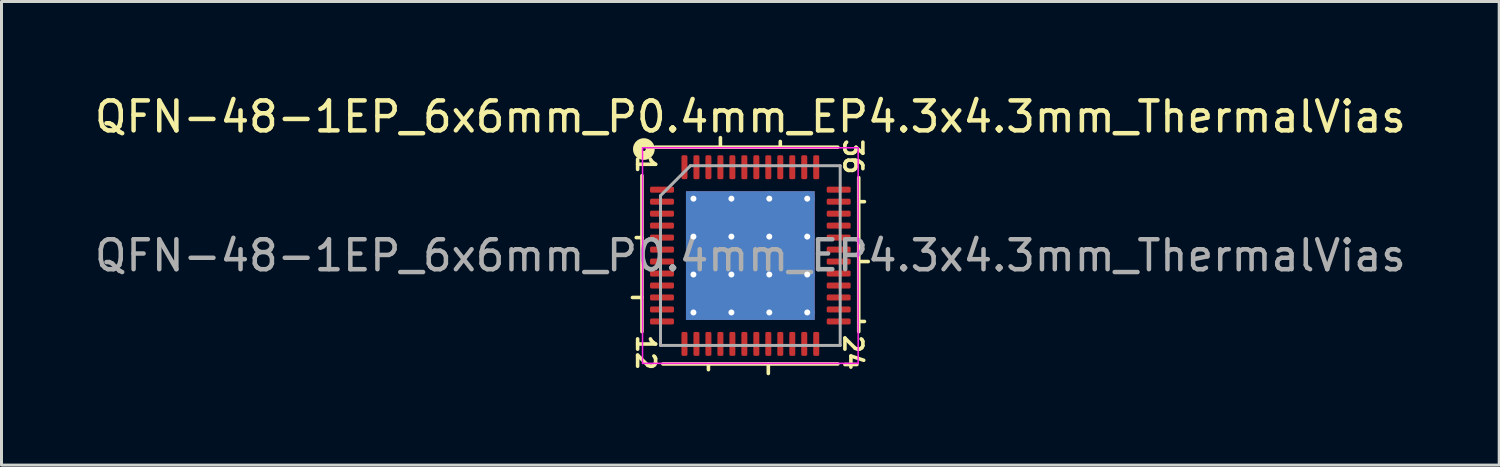
<source format=kicad_pcb>
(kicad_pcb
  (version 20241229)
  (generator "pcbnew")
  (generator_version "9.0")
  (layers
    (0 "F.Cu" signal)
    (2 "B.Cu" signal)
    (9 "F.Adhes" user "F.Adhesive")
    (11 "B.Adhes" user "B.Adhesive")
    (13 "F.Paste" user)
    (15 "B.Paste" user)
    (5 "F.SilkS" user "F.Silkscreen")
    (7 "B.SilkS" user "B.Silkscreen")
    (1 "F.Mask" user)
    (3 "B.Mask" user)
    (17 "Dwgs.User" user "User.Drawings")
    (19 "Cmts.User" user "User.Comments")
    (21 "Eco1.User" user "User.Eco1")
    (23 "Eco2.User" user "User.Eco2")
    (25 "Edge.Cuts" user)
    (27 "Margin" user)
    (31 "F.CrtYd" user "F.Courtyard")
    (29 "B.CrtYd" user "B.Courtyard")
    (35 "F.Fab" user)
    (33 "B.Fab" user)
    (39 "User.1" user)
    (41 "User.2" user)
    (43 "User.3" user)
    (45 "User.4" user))
  (footprint "QFN-48-1EP_6x6mm_P0.4mm_EP4.3x4.3mm_ThermalVias"
    (layer "F.Cu")
    (at 22.006 5.484)
    (property "Reference" "QFN-48-1EP_6x6mm_P0.4mm_EP4.3x4.3mm_ThermalVias" (at 0 -4.636 0) (layer "F.SilkS") (effects (font (size 1 1) (thickness 0.15))))
    (attr smd)
    (fp_line (start -3.619 -2.667) (end -3.619 2.54) (stroke (width 0.12) (type solid)) (layer "F.SilkS"))
    (fp_line (start -3.619 -0.6) (end -3.81 -0.6) (stroke (width 0.12) (type solid)) (layer "F.SilkS"))
    (fp_line (start -3.619 1.4) (end -3.937 1.4) (stroke (width 0.12) (type solid)) (layer "F.SilkS"))
    (fp_line (start -2.921 3.619) (end 2.921 3.619) (stroke (width 0.12) (type solid)) (layer "F.SilkS"))
    (fp_line (start -1.4 3.81) (end -1.4 3.619) (stroke (width 0.12) (type solid)) (layer "F.SilkS"))
    (fp_line (start -1 -3.619) (end -1 -3.937) (stroke (width 0.12) (type solid)) (layer "F.SilkS"))
    (fp_line (start 0.6 3.619) (end 0.6 3.937) (stroke (width 0.12) (type solid)) (layer "F.SilkS"))
    (fp_line (start 1 -3.619) (end 1 -3.81) (stroke (width 0.12) (type solid)) (layer "F.SilkS"))
    (fp_line (start 2.921 -3.619) (end -3.175 -3.619) (stroke (width 0.12) (type solid)) (layer "F.SilkS"))
    (fp_line (start 3.619 -1.8) (end 3.81 -1.8) (stroke (width 0.12) (type solid)) (layer "F.SilkS"))
    (fp_line (start 3.619 0.2) (end 3.937 0.2) (stroke (width 0.12) (type solid)) (layer "F.SilkS"))
    (fp_line (start 3.619 2.2) (end 3.81 2.2) (stroke (width 0.12) (type solid)) (layer "F.SilkS"))
    (fp_line (start 3.619 2.54) (end 3.619 -2.603) (stroke (width 0.12) (type solid)) (layer "F.SilkS"))
    (fp_circle (center -3.556 -3.556) (end -3.493 -3.556) (stroke (width 0.3) (type solid)) (fill no) (layer "F.SilkS"))
    (fp_line (start -3.6 -3.6) (end -3.6 3.6) (stroke (width 0.05) (type solid)) (layer "F.CrtYd"))
    (fp_line (start -3.6 3.6) (end 3.6 3.6) (stroke (width 0.05) (type solid)) (layer "F.CrtYd"))
    (fp_line (start 3.6 -3.6) (end -3.6 -3.6) (stroke (width 0.05) (type solid)) (layer "F.CrtYd"))
    (fp_line (start 3.6 3.6) (end 3.6 -3.6) (stroke (width 0.05) (type solid)) (layer "F.CrtYd"))
    (fp_line (start -3 -2) (end -2 -3) (stroke (width 0.1) (type solid)) (layer "F.Fab"))
    (fp_line (start -3 3) (end -3 -2) (stroke (width 0.1) (type solid)) (layer "F.Fab"))
    (fp_line (start -2 -3) (end 3 -3) (stroke (width 0.1) (type solid)) (layer "F.Fab"))
    (fp_line (start 3 -3) (end 3 3) (stroke (width 0.1) (type solid)) (layer "F.Fab"))
    (fp_line (start 3 3) (end -3 3) (stroke (width 0.1) (type solid)) (layer "F.Fab"))
    (fp_text user "24" (at 3.429 3.239 270) (unlocked yes) (layer "F.SilkS") (effects (font (size 0.6 0.6) (thickness 0.12))))
    (fp_text user "36" (at 3.429 -3.302 270) (unlocked yes) (layer "F.SilkS") (effects (font (size 0.6 0.6) (thickness 0.12))))
    (fp_text user "1" (at -3.493 -3.048 270) (unlocked yes) (layer "F.SilkS") (effects (font (size 0.6 0.6) (thickness 0.12))))
    (fp_text user "12" (at -3.493 3.239 270) (unlocked yes) (layer "F.SilkS") (effects (font (size 0.6 0.6) (thickness 0.12))))
    (fp_text user "${REFERENCE}" (at 0 0 0) (layer "F.Fab") (effects (font (size 1 1) (thickness 0.15))))
    (pad "" smd custom (at -1.267 -1.267) (size 1.034 1.034) (layers "F.Paste") (options (anchor circle)) (primitives (gr_poly (pts (xy 0.456 -0.356) (xy 0.456 0.356) (xy 0.356 0.456) (xy -0.356 0.456) (xy -0.456 0.356) (xy -0.456 -0.356) (xy -0.356 -0.456) (xy 0.356 -0.456)) (width 0.243) (fill yes))))
    (pad "" smd custom (at -1.267 0) (size 1.034 1.034) (layers "F.Paste") (options (anchor circle)) (primitives (gr_poly (pts (xy 0.456 -0.356) (xy 0.456 0.356) (xy 0.356 0.456) (xy -0.356 0.456) (xy -0.456 0.356) (xy -0.456 -0.356) (xy -0.356 -0.456) (xy 0.356 -0.456)) (width 0.243) (fill yes))))
    (pad "" smd custom (at -1.267 1.267) (size 1.034 1.034) (layers "F.Paste") (options (anchor circle)) (primitives (gr_poly (pts (xy 0.456 -0.356) (xy 0.456 0.356) (xy 0.356 0.456) (xy -0.356 0.456) (xy -0.456 0.356) (xy -0.456 -0.356) (xy -0.356 -0.456) (xy 0.356 -0.456)) (width 0.243) (fill yes))))
    (pad "" smd custom (at 0 -1.267) (size 1.034 1.034) (layers "F.Paste") (options (anchor circle)) (primitives (gr_poly (pts (xy 0.456 -0.356) (xy 0.456 0.356) (xy 0.356 0.456) (xy -0.356 0.456) (xy -0.456 0.356) (xy -0.456 -0.356) (xy -0.356 -0.456) (xy 0.356 -0.456)) (width 0.243) (fill yes))))
    (pad "" smd custom (at 0 0) (size 1.034 1.034) (layers "F.Paste") (options (anchor circle)) (primitives (gr_poly (pts (xy 0.456 -0.356) (xy 0.456 0.356) (xy 0.356 0.456) (xy -0.356 0.456) (xy -0.456 0.356) (xy -0.456 -0.356) (xy -0.356 -0.456) (xy 0.356 -0.456)) (width 0.243) (fill yes))))
    (pad "" smd custom (at 0 1.267) (size 1.034 1.034) (layers "F.Paste") (options (anchor circle)) (primitives (gr_poly (pts (xy 0.456 -0.356) (xy 0.456 0.356) (xy 0.356 0.456) (xy -0.356 0.456) (xy -0.456 0.356) (xy -0.456 -0.356) (xy -0.356 -0.456) (xy 0.356 -0.456)) (width 0.243) (fill yes))))
    (pad "" smd custom (at 1.267 -1.267) (size 1.034 1.034) (layers "F.Paste") (options (anchor circle)) (primitives (gr_poly (pts (xy 0.456 -0.356) (xy 0.456 0.356) (xy 0.356 0.456) (xy -0.356 0.456) (xy -0.456 0.356) (xy -0.456 -0.356) (xy -0.356 -0.456) (xy 0.356 -0.456)) (width 0.243) (fill yes))))
    (pad "" smd custom (at 1.267 0) (size 1.034 1.034) (layers "F.Paste") (options (anchor circle)) (primitives (gr_poly (pts (xy 0.456 -0.356) (xy 0.456 0.356) (xy 0.356 0.456) (xy -0.356 0.456) (xy -0.456 0.356) (xy -0.456 -0.356) (xy -0.356 -0.456) (xy 0.356 -0.456)) (width 0.243) (fill yes))))
    (pad "" smd custom (at 1.267 1.267) (size 1.034 1.034) (layers "F.Paste") (options (anchor circle)) (primitives (gr_poly (pts (xy 0.456 -0.356) (xy 0.456 0.356) (xy 0.356 0.456) (xy -0.356 0.456) (xy -0.456 0.356) (xy -0.456 -0.356) (xy -0.356 -0.456) (xy 0.356 -0.456)) (width 0.243) (fill yes))))
    (pad "1" smd roundrect (at -2.95 -2.2) (size 0.8 0.2) (layers "F.Cu" "F.Mask" "F.Paste") (roundrect_rratio 0.25))
    (pad "2" smd roundrect (at -2.95 -1.8) (size 0.8 0.2) (layers "F.Cu" "F.Mask" "F.Paste") (roundrect_rratio 0.25))
    (pad "3" smd roundrect (at -2.95 -1.4) (size 0.8 0.2) (layers "F.Cu" "F.Mask" "F.Paste") (roundrect_rratio 0.25))
    (pad "4" smd roundrect (at -2.95 -1) (size 0.8 0.2) (layers "F.Cu" "F.Mask" "F.Paste") (roundrect_rratio 0.25))
    (pad "5" smd roundrect (at -2.95 -0.6) (size 0.8 0.2) (layers "F.Cu" "F.Mask" "F.Paste") (roundrect_rratio 0.25))
    (pad "6" smd roundrect (at -2.95 -0.2) (size 0.8 0.2) (layers "F.Cu" "F.Mask" "F.Paste") (roundrect_rratio 0.25))
    (pad "7" smd roundrect (at -2.95 0.2) (size 0.8 0.2) (layers "F.Cu" "F.Mask" "F.Paste") (roundrect_rratio 0.25))
    (pad "8" smd roundrect (at -2.95 0.6) (size 0.8 0.2) (layers "F.Cu" "F.Mask" "F.Paste") (roundrect_rratio 0.25))
    (pad "9" smd roundrect (at -2.95 1) (size 0.8 0.2) (layers "F.Cu" "F.Mask" "F.Paste") (roundrect_rratio 0.25))
    (pad "10" smd roundrect (at -2.95 1.4) (size 0.8 0.2) (layers "F.Cu" "F.Mask" "F.Paste") (roundrect_rratio 0.25))
    (pad "11" smd roundrect (at -2.95 1.8) (size 0.8 0.2) (layers "F.Cu" "F.Mask" "F.Paste") (roundrect_rratio 0.25))
    (pad "12" smd roundrect (at -2.95 2.2) (size 0.8 0.2) (layers "F.Cu" "F.Mask" "F.Paste") (roundrect_rratio 0.25))
    (pad "13" smd roundrect (at -2.2 2.95) (size 0.2 0.8) (layers "F.Cu" "F.Mask" "F.Paste") (roundrect_rratio 0.25))
    (pad "14" smd roundrect (at -1.8 2.95) (size 0.2 0.8) (layers "F.Cu" "F.Mask" "F.Paste") (roundrect_rratio 0.25))
    (pad "15" smd roundrect (at -1.4 2.95) (size 0.2 0.8) (layers "F.Cu" "F.Mask" "F.Paste") (roundrect_rratio 0.25))
    (pad "16" smd roundrect (at -1 2.95) (size 0.2 0.8) (layers "F.Cu" "F.Mask" "F.Paste") (roundrect_rratio 0.25))
    (pad "17" smd roundrect (at -0.6 2.95) (size 0.2 0.8) (layers "F.Cu" "F.Mask" "F.Paste") (roundrect_rratio 0.25))
    (pad "18" smd roundrect (at -0.2 2.95) (size 0.2 0.8) (layers "F.Cu" "F.Mask" "F.Paste") (roundrect_rratio 0.25))
    (pad "19" smd roundrect (at 0.2 2.95) (size 0.2 0.8) (layers "F.Cu" "F.Mask" "F.Paste") (roundrect_rratio 0.25))
    (pad "20" smd roundrect (at 0.6 2.95) (size 0.2 0.8) (layers "F.Cu" "F.Mask" "F.Paste") (roundrect_rratio 0.25))
    (pad "21" smd roundrect (at 1 2.95) (size 0.2 0.8) (layers "F.Cu" "F.Mask" "F.Paste") (roundrect_rratio 0.25))
    (pad "22" smd roundrect (at 1.4 2.95) (size 0.2 0.8) (layers "F.Cu" "F.Mask" "F.Paste") (roundrect_rratio 0.25))
    (pad "23" smd roundrect (at 1.8 2.95) (size 0.2 0.8) (layers "F.Cu" "F.Mask" "F.Paste") (roundrect_rratio 0.25))
    (pad "24" smd roundrect (at 2.2 2.95) (size 0.2 0.8) (layers "F.Cu" "F.Mask" "F.Paste") (roundrect_rratio 0.25))
    (pad "25" smd roundrect (at 2.95 2.2) (size 0.8 0.2) (layers "F.Cu" "F.Mask" "F.Paste") (roundrect_rratio 0.25))
    (pad "26" smd roundrect (at 2.95 1.8) (size 0.8 0.2) (layers "F.Cu" "F.Mask" "F.Paste") (roundrect_rratio 0.25))
    (pad "27" smd roundrect (at 2.95 1.4) (size 0.8 0.2) (layers "F.Cu" "F.Mask" "F.Paste") (roundrect_rratio 0.25))
    (pad "28" smd roundrect (at 2.95 1) (size 0.8 0.2) (layers "F.Cu" "F.Mask" "F.Paste") (roundrect_rratio 0.25))
    (pad "29" smd roundrect (at 2.95 0.6) (size 0.8 0.2) (layers "F.Cu" "F.Mask" "F.Paste") (roundrect_rratio 0.25))
    (pad "30" smd roundrect (at 2.95 0.2) (size 0.8 0.2) (layers "F.Cu" "F.Mask" "F.Paste") (roundrect_rratio 0.25))
    (pad "31" smd roundrect (at 2.95 -0.2) (size 0.8 0.2) (layers "F.Cu" "F.Mask" "F.Paste") (roundrect_rratio 0.25))
    (pad "32" smd roundrect (at 2.95 -0.6) (size 0.8 0.2) (layers "F.Cu" "F.Mask" "F.Paste") (roundrect_rratio 0.25))
    (pad "33" smd roundrect (at 2.95 -1) (size 0.8 0.2) (layers "F.Cu" "F.Mask" "F.Paste") (roundrect_rratio 0.25))
    (pad "34" smd roundrect (at 2.95 -1.4) (size 0.8 0.2) (layers "F.Cu" "F.Mask" "F.Paste") (roundrect_rratio 0.25))
    (pad "35" smd roundrect (at 2.95 -1.8) (size 0.8 0.2) (layers "F.Cu" "F.Mask" "F.Paste") (roundrect_rratio 0.25))
    (pad "36" smd roundrect (at 2.95 -2.2) (size 0.8 0.2) (layers "F.Cu" "F.Mask" "F.Paste") (roundrect_rratio 0.25))
    (pad "37" smd roundrect (at 2.2 -2.95) (size 0.2 0.8) (layers "F.Cu" "F.Mask" "F.Paste") (roundrect_rratio 0.25))
    (pad "38" smd roundrect (at 1.8 -2.95) (size 0.2 0.8) (layers "F.Cu" "F.Mask" "F.Paste") (roundrect_rratio 0.25))
    (pad "39" smd roundrect (at 1.4 -2.95) (size 0.2 0.8) (layers "F.Cu" "F.Mask" "F.Paste") (roundrect_rratio 0.25))
    (pad "40" smd roundrect (at 1 -2.95) (size 0.2 0.8) (layers "F.Cu" "F.Mask" "F.Paste") (roundrect_rratio 0.25))
    (pad "41" smd roundrect (at 0.6 -2.95) (size 0.2 0.8) (layers "F.Cu" "F.Mask" "F.Paste") (roundrect_rratio 0.25))
    (pad "42" smd roundrect (at 0.2 -2.95) (size 0.2 0.8) (layers "F.Cu" "F.Mask" "F.Paste") (roundrect_rratio 0.25))
    (pad "43" smd roundrect (at -0.2 -2.95) (size 0.2 0.8) (layers "F.Cu" "F.Mask" "F.Paste") (roundrect_rratio 0.25))
    (pad "44" smd roundrect (at -0.6 -2.95) (size 0.2 0.8) (layers "F.Cu" "F.Mask" "F.Paste") (roundrect_rratio 0.25))
    (pad "45" smd roundrect (at -1 -2.95) (size 0.2 0.8) (layers "F.Cu" "F.Mask" "F.Paste") (roundrect_rratio 0.25))
    (pad "46" smd roundrect (at -1.4 -2.95) (size 0.2 0.8) (layers "F.Cu" "F.Mask" "F.Paste") (roundrect_rratio 0.25))
    (pad "47" smd roundrect (at -1.8 -2.95) (size 0.2 0.8) (layers "F.Cu" "F.Mask" "F.Paste") (roundrect_rratio 0.25))
    (pad "48" smd roundrect (at -2.2 -2.95) (size 0.2 0.8) (layers "F.Cu" "F.Mask" "F.Paste") (roundrect_rratio 0.25))
    (pad "49" thru_hole circle (at -1.9 -1.9) (size 0.5 0.5) (drill 0.2) (layers "*.Cu"))
    (pad "49" thru_hole circle (at -1.9 -0.633) (size 0.5 0.5) (drill 0.2) (layers "*.Cu"))
    (pad "49" thru_hole circle (at -1.9 0.633) (size 0.5 0.5) (drill 0.2) (layers "*.Cu"))
    (pad "49" thru_hole circle (at -1.9 1.9) (size 0.5 0.5) (drill 0.2) (layers "*.Cu"))
    (pad "49" thru_hole circle (at -0.633 -1.9) (size 0.5 0.5) (drill 0.2) (layers "*.Cu"))
    (pad "49" thru_hole circle (at -0.633 -0.633) (size 0.5 0.5) (drill 0.2) (layers "*.Cu"))
    (pad "49" thru_hole circle (at -0.633 0.633) (size 0.5 0.5) (drill 0.2) (layers "*.Cu"))
    (pad "49" thru_hole circle (at -0.633 1.9) (size 0.5 0.5) (drill 0.2) (layers "*.Cu"))
    (pad "49" smd rect (at 0 0) (size 4.3 4.3) (layers "F.Cu" "F.Mask"))
    (pad "49" smd rect (at 0 0) (size 4.3 4.3) (layers "B.Cu" "B.Mask"))
    (pad "49" thru_hole circle (at 0.633 -1.9) (size 0.5 0.5) (drill 0.2) (layers "*.Cu"))
    (pad "49" thru_hole circle (at 0.633 -0.633) (size 0.5 0.5) (drill 0.2) (layers "*.Cu"))
    (pad "49" thru_hole circle (at 0.633 0.633) (size 0.5 0.5) (drill 0.2) (layers "*.Cu"))
    (pad "49" thru_hole circle (at 0.633 1.9) (size 0.5 0.5) (drill 0.2) (layers "*.Cu"))
    (pad "49" thru_hole circle (at 1.9 -1.9) (size 0.5 0.5) (drill 0.2) (layers "*.Cu"))
    (pad "49" thru_hole circle (at 1.9 -0.633) (size 0.5 0.5) (drill 0.2) (layers "*.Cu"))
    (pad "49" thru_hole circle (at 1.9 0.633) (size 0.5 0.5) (drill 0.2) (layers "*.Cu"))
    (pad "49" thru_hole circle (at 1.9 1.9) (size 0.5 0.5) (drill 0.2) (layers "*.Cu")))
  (gr_rect
    (start -3 -3)
    (end 47.012 12.481)
    (stroke (width 0.1) (type default))
    (fill no)
    (layer "Edge.Cuts")))
</source>
